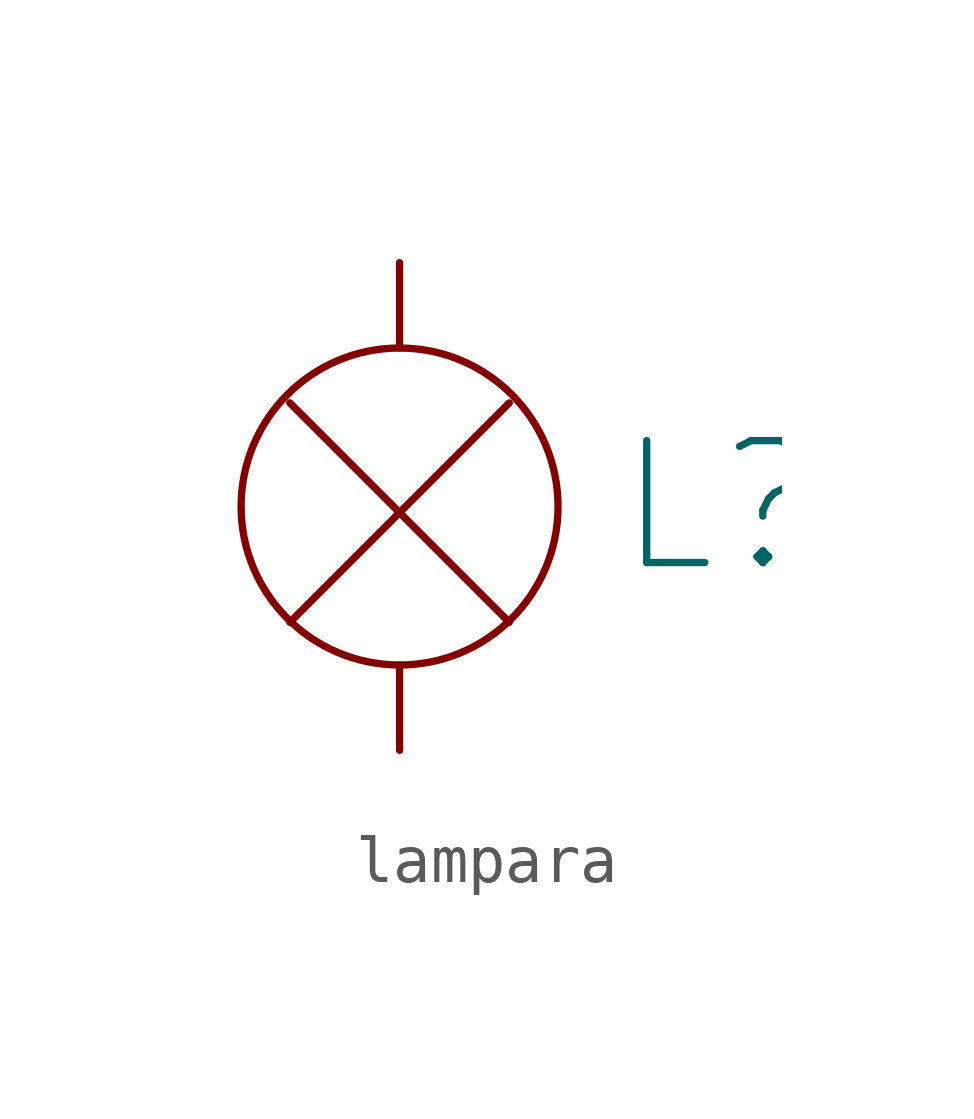
<source format=kicad_sym>
(kicad_symbol_lib
  (version 20220914)
  (generator kicad_symbol_editor)
  (symbol "lampara"
    (pin_names
      (offset 1.016))
    (property "Reference" "L"
      (at 4.445 -5.08 0)
      (effects (font (size 2.54 2.54)) (justify left)))
    (symbol "lampara_0_1"
      (circle (center 0 -5.08) (radius 3.302) (stroke (width 0) (type default)) (fill (type none)))
      (polyline (pts (xy -2.286 -7.493) (xy 2.286 -2.921)) (stroke (width 0) (type default)) (fill (type none)))
      (polyline (pts (xy -2.286 -2.921) (xy 2.286 -7.493)) (stroke (width 0) (type default)) (fill (type none))))
    (symbol "lampara_1_1"
      (pin input line (at 0 -10.16 90) (length 1.778) (name "" (effects (font (size 1.27 1.27)))) (number "" (effects (font (size 1.143 1.143)))))
      (pin input line (at 0 0 270) (length 1.778) (name "" (effects (font (size 1.27 1.27)))) (number "" (effects (font (size 1.143 1.143))))))))
</source>
